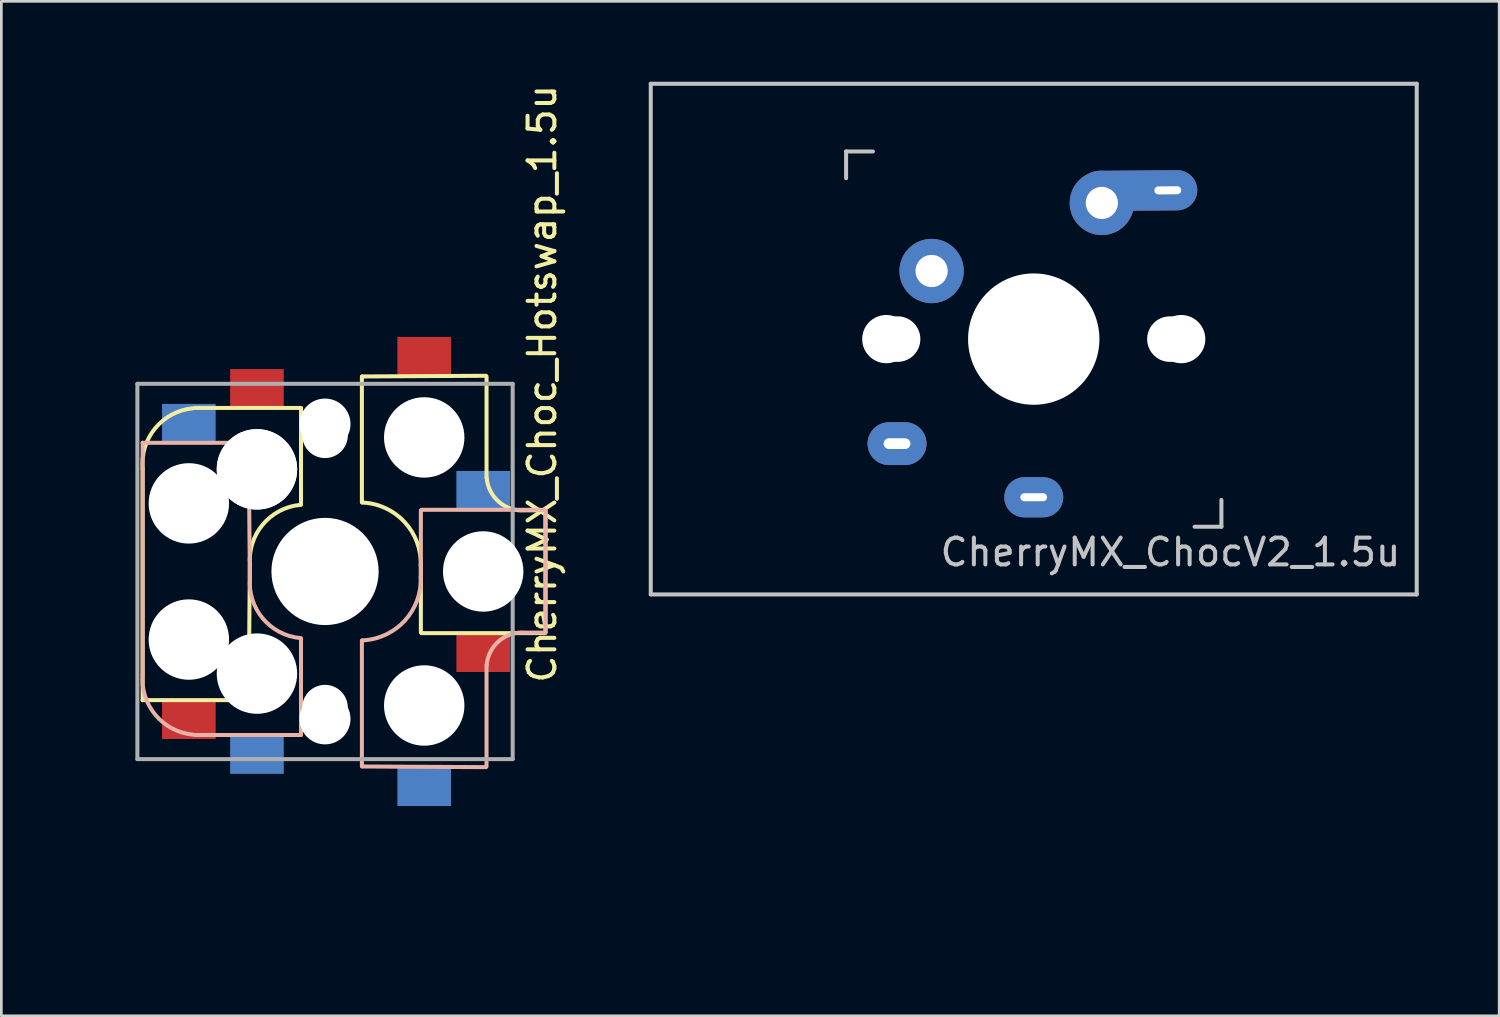
<source format=kicad_pcb>
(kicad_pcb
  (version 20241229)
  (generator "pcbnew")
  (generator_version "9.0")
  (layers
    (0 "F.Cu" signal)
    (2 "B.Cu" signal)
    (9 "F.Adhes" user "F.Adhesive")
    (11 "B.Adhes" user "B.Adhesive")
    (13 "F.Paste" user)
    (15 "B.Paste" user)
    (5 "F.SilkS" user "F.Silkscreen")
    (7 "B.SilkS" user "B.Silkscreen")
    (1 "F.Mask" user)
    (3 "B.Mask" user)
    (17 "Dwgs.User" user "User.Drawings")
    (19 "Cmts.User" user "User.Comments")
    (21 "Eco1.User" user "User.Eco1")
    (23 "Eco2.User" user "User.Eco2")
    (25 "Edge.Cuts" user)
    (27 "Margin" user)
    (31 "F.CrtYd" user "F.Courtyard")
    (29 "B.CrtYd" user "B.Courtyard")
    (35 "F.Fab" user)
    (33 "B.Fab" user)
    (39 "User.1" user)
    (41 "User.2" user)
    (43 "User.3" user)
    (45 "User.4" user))
  (footprint "CherryMX_ChocV2_1.5u"
    (layer "F.Cu")
    (at 35.513 9.6)
    (property "Reference" "CherryMX_ChocV2_1.5u" (at 5.1 7.95 180) (layer "Dwgs.User") (effects (font (size 1 1) (thickness 0.15))))
    (attr through_hole)
    (fp_line (start -14.287 -9.525) (end 14.287 -9.525) (stroke (width 0.15) (type solid)) (layer "Dwgs.User"))
    (fp_line (start -14.287 9.525) (end -14.287 -9.525) (stroke (width 0.15) (type solid)) (layer "Dwgs.User"))
    (fp_line (start -7 -7) (end -6 -7) (stroke (width 0.15) (type solid)) (layer "Dwgs.User"))
    (fp_line (start -7 -6) (end -7 -7) (stroke (width 0.15) (type solid)) (layer "Dwgs.User"))
    (fp_line (start 6 7) (end 7 7) (stroke (width 0.15) (type solid)) (layer "Dwgs.User"))
    (fp_line (start 7 7) (end 7 6) (stroke (width 0.15) (type solid)) (layer "Dwgs.User"))
    (fp_line (start 14.287 -9.525) (end 14.287 9.525) (stroke (width 0.15) (type solid)) (layer "Dwgs.User"))
    (fp_line (start 14.287 9.525) (end -14.287 9.525) (stroke (width 0.15) (type solid)) (layer "Dwgs.User"))
    (pad "" np_thru_hole circle (at -5.5 0 90) (size 1.8 1.8) (drill 1.8) (layers "*.Cu" "*.Mask"))
    (pad "" np_thru_hole circle (at -5.08 0) (size 1.7 1.7) (drill 1.7) (layers "*.Cu" "*.Mask"))
    (pad "" np_thru_hole circle (at 0 0 90) (size 4.9 4.9) (drill 4.9) (layers "*.Cu" "*.Mask"))
    (pad "" np_thru_hole circle (at 5.08 0) (size 1.7 1.7) (drill 1.7) (layers "*.Cu" "*.Mask"))
    (pad "" np_thru_hole circle (at 5.5 0 90) (size 1.8 1.8) (drill 1.8) (layers "*.Cu" "*.Mask"))
    (pad "1" thru_hole oval (at -5.1 3.9) (size 2.2 1.6) (drill oval 1 0.4) (layers "*.Cu" "B.Mask"))
    (pad "1" thru_hole circle (at -3.81 -2.54) (size 2.4 2.4) (drill 1.2) (layers "*.Cu" "B.Mask"))
    (pad "2" thru_hole oval (at 0 5.9) (size 2.2 1.5) (drill oval 1 0.3) (layers "*.Cu" "B.Mask"))
    (pad "2" thru_hole circle (at 2.54 -5.08) (size 2.4 2.4) (drill 1.2) (layers "*.Cu" "B.Mask"))
    (pad "2" thru_hole oval (at 5 -5.55 0.5) (size 4.4 1.5) (drill oval 1 0.3 (offset -1.1 0)) (layers "*.Cu" "B.Mask")))
  (footprint "CherryMX_Choc_Hotswap_1.5u"
    (layer "F.Cu")
    (at 9.075 18.268)
    (property "Reference" "CherryMX_Choc_Hotswap_1.5u" (at 8.1 -7 90) (layer "F.SilkS") (effects (font (size 1 1) (thickness 0.15))))
    (attr through_hole)
    (fp_line (start -6.804 4.8) (end -6.804 -3.825) (stroke (width 0.15) (type solid)) (layer "F.SilkS"))
    (fp_line (start -4.85 -6.1) (end -0.905 -6.1) (stroke (width 0.15) (type solid)) (layer "F.SilkS"))
    (fp_line (start -2.896 4.8) (end -6.804 4.8) (stroke (width 0.15) (type solid)) (layer "F.SilkS"))
    (fp_line (start -2.85 4.8) (end -2.804 -0.25) (stroke (width 0.15) (type solid)) (layer "F.SilkS"))
    (fp_line (start -0.896 -6.1) (end -0.896 -2.49) (stroke (width 0.15) (type solid)) (layer "F.SilkS"))
    (fp_line (start 1.375 -2.575) (end 1.375 -7.275) (stroke (width 0.15) (type solid)) (layer "F.SilkS"))
    (fp_line (start 1.4 -7.275) (end 6 -7.3) (stroke (width 0.15) (type solid)) (layer "F.SilkS"))
    (fp_line (start 3.575 2.275) (end 3.575 -0.275) (stroke (width 0.15) (type solid)) (layer "F.SilkS"))
    (fp_line (start 3.6 2.3) (end 8.2 2.3) (stroke (width 0.15) (type solid)) (layer "F.SilkS"))
    (fp_line (start 6.025 -3.5) (end 6.025 -7.275) (stroke (width 0.15) (type solid)) (layer "F.SilkS"))
    (fp_line (start 7.5 -2.28) (end 8.2 -2.28) (stroke (width 0.15) (type solid)) (layer "F.SilkS"))
    (fp_line (start 8.225 2.275) (end 8.225 -2.275) (stroke (width 0.15) (type solid)) (layer "F.SilkS"))
    (fp_arc (start -6.804 -3.825) (mid -6.33089 -5.347189) (end -4.92 -6.089) (stroke (width 0.15) (type solid)) (layer "F.SilkS"))
    (fp_arc (start -2.8 -0.225) (mid -2.328062 -1.74436) (end -0.920001 -2.484999) (stroke (width 0.15) (type solid)) (layer "F.SilkS"))
    (fp_arc (start 1.4 -2.57) (mid 2.975843 -1.834422) (end 3.57 -0.2) (stroke (width 0.15) (type solid)) (layer "F.SilkS"))
    (fp_arc (start 7.45 -2.28) (mid 6.48733 -2.595908) (end 6.03 -3.5) (stroke (width 0.15) (type solid)) (layer "F.SilkS"))
    (fp_line (start -6.804 -4.8) (end -6.804 3.825) (stroke (width 0.15) (type solid)) (layer "B.SilkS"))
    (fp_line (start -4.85 6.1) (end -0.905 6.1) (stroke (width 0.15) (type solid)) (layer "B.SilkS"))
    (fp_line (start -2.896 -4.8) (end -6.804 -4.8) (stroke (width 0.15) (type solid)) (layer "B.SilkS"))
    (fp_line (start -2.85 -4.8) (end -2.804 0.25) (stroke (width 0.15) (type solid)) (layer "B.SilkS"))
    (fp_line (start -0.896 6.1) (end -0.896 2.49) (stroke (width 0.15) (type solid)) (layer "B.SilkS"))
    (fp_line (start 1.375 2.575) (end 1.375 7.275) (stroke (width 0.15) (type solid)) (layer "B.SilkS"))
    (fp_line (start 1.4 7.275) (end 6 7.3) (stroke (width 0.15) (type solid)) (layer "B.SilkS"))
    (fp_line (start 3.575 -2.275) (end 3.575 0.275) (stroke (width 0.15) (type solid)) (layer "B.SilkS"))
    (fp_line (start 3.6 -2.3) (end 8.2 -2.3) (stroke (width 0.15) (type solid)) (layer "B.SilkS"))
    (fp_line (start 6.025 3.5) (end 6.025 7.275) (stroke (width 0.15) (type solid)) (layer "B.SilkS"))
    (fp_line (start 7.5 2.28) (end 8.2 2.28) (stroke (width 0.15) (type solid)) (layer "B.SilkS"))
    (fp_line (start 8.225 -2.275) (end 8.225 2.275) (stroke (width 0.15) (type solid)) (layer "B.SilkS"))
    (fp_arc (start -4.92 6.089) (mid -6.33089 5.347189) (end -6.804 3.825) (stroke (width 0.15) (type solid)) (layer "B.SilkS"))
    (fp_arc (start -0.920001 2.485001) (mid -2.328062 1.744361) (end -2.8 0.225) (stroke (width 0.15) (type solid)) (layer "B.SilkS"))
    (fp_arc (start 3.57 0.2) (mid 2.975843 1.834422) (end 1.4 2.57) (stroke (width 0.15) (type solid)) (layer "B.SilkS"))
    (fp_arc (start 6.03 3.5) (mid 6.487329 2.595908) (end 7.449999 2.279999) (stroke (width 0.15) (type solid)) (layer "B.SilkS"))
    (fp_line (start -9 -13.5) (end 9 -13.5) (stroke (width 0.15) (type solid)) (layer "Eco2.User"))
    (fp_line (start -9 13.5) (end -9 -13.5) (stroke (width 0.15) (type solid)) (layer "Eco2.User"))
    (fp_line (start -7 -7) (end 7 -7) (stroke (width 0.15) (type solid)) (layer "Eco2.User"))
    (fp_line (start -7 7) (end -7 -7) (stroke (width 0.15) (type solid)) (layer "Eco2.User"))
    (fp_line (start 7 -7) (end 7 7) (stroke (width 0.15) (type solid)) (layer "Eco2.User"))
    (fp_line (start 7 7) (end -7 7) (stroke (width 0.15) (type solid)) (layer "Eco2.User"))
    (fp_line (start 9 -13.5) (end 9 13.5) (stroke (width 0.15) (type solid)) (layer "Eco2.User"))
    (fp_line (start 9 13.5) (end -9 13.5) (stroke (width 0.15) (type solid)) (layer "Eco2.User"))
    (fp_line (start -7 -7) (end -7 7) (stroke (width 0.15) (type solid)) (layer "F.Fab"))
    (fp_line (start -7 7) (end 7 7) (stroke (width 0.15) (type solid)) (layer "F.Fab"))
    (fp_line (start 7 -7) (end -7 -7) (stroke (width 0.15) (type solid)) (layer "F.Fab"))
    (fp_line (start 7 7) (end 7 -7) (stroke (width 0.15) (type solid)) (layer "F.Fab"))
    (pad "" np_thru_hole circle (at -5.08 -2.54 270) (size 3 3) (drill 3) (layers "*.Cu" "*.Mask"))
    (pad "" np_thru_hole circle (at -5.08 2.54 270) (size 3 3) (drill 3) (layers "*.Cu" "*.Mask"))
    (pad "" np_thru_hole circle (at -2.58 -3.825 270) (size 0.1 0.1) (drill 0.1) (layers "*.Cu" "*.Mask"))
    (pad "" np_thru_hole circle (at -2.58 3.825 270) (size 0.1 0.1) (drill 0.1) (layers "*.Cu" "*.Mask"))
    (pad "" np_thru_hole circle (at -2.54 -3.81 270) (size 3 3) (drill 3) (layers "*.Cu" "*.Mask"))
    (pad "" np_thru_hole circle (at -2.54 -3.81 270) (size 3 3) (drill 3) (layers "*.Cu" "*.Mask"))
    (pad "" np_thru_hole circle (at -2.54 3.81 270) (size 3 3) (drill 3) (layers "*.Cu" "*.Mask"))
    (pad "" np_thru_hole circle (at 0 -5.5 180) (size 1.9 1.9) (drill 1.9) (layers "*.Cu" "*.Mask"))
    (pad "" np_thru_hole circle (at 0 -5.08 90) (size 1.7 1.7) (drill 1.7) (layers "*.Cu" "*.Mask"))
    (pad "" np_thru_hole circle (at 0 0 180) (size 4 4) (drill 4) (layers "*.Cu" "*.Mask"))
    (pad "" np_thru_hole circle (at 0 5.08 90) (size 1.7 1.7) (drill 1.7) (layers "*.Cu" "*.Mask"))
    (pad "" np_thru_hole circle (at 0 5.5 180) (size 1.9 1.9) (drill 1.9) (layers "*.Cu" "*.Mask"))
    (pad "" np_thru_hole circle (at 3.7 -5) (size 3 3) (drill 3) (layers "*.Cu" "*.Mask"))
    (pad "" np_thru_hole circle (at 3.7 5 180) (size 3 3) (drill 3) (layers "*.Cu" "*.Mask"))
    (pad "" np_thru_hole circle (at 5.9 0 180) (size 3 3) (drill 3) (layers "*.Cu" "*.Mask"))
    (pad "1" smd rect (at -5.08 5.5 270) (size 1.5 2) (layers "F.Cu" "F.Mask" "F.Paste"))
    (pad "1" smd rect (at -2.54 6.8 270) (size 1.5 2) (layers "B.Cu" "B.Mask" "B.Paste"))
    (pad "1" smd rect (at 3.7 -8 270) (size 1.5 2) (layers "F.Cu" "F.Mask" "F.Paste"))
    (pad "1" smd rect (at 3.7 8 270) (size 1.5 2) (layers "B.Cu" "B.Mask" "B.Paste"))
    (pad "2" smd rect (at -5.08 -5.5 270) (size 1.5 2) (layers "B.Cu" "B.Mask" "B.Paste"))
    (pad "2" smd rect (at -2.54 -6.8 270) (size 1.5 2) (layers "F.Cu" "F.Mask" "F.Paste"))
    (pad "2" smd rect (at 5.9 -3 270) (size 1.5 2) (layers "B.Cu" "B.Mask" "B.Paste"))
    (pad "2" smd rect (at 5.9 3 270) (size 1.5 2) (layers "F.Cu" "F.Mask" "F.Paste")))
  (gr_rect
    (start -3 -3)
    (end 52.875 34.843)
    (stroke (width 0.1) (type default))
    (fill no)
    (layer "Edge.Cuts")))
</source>
